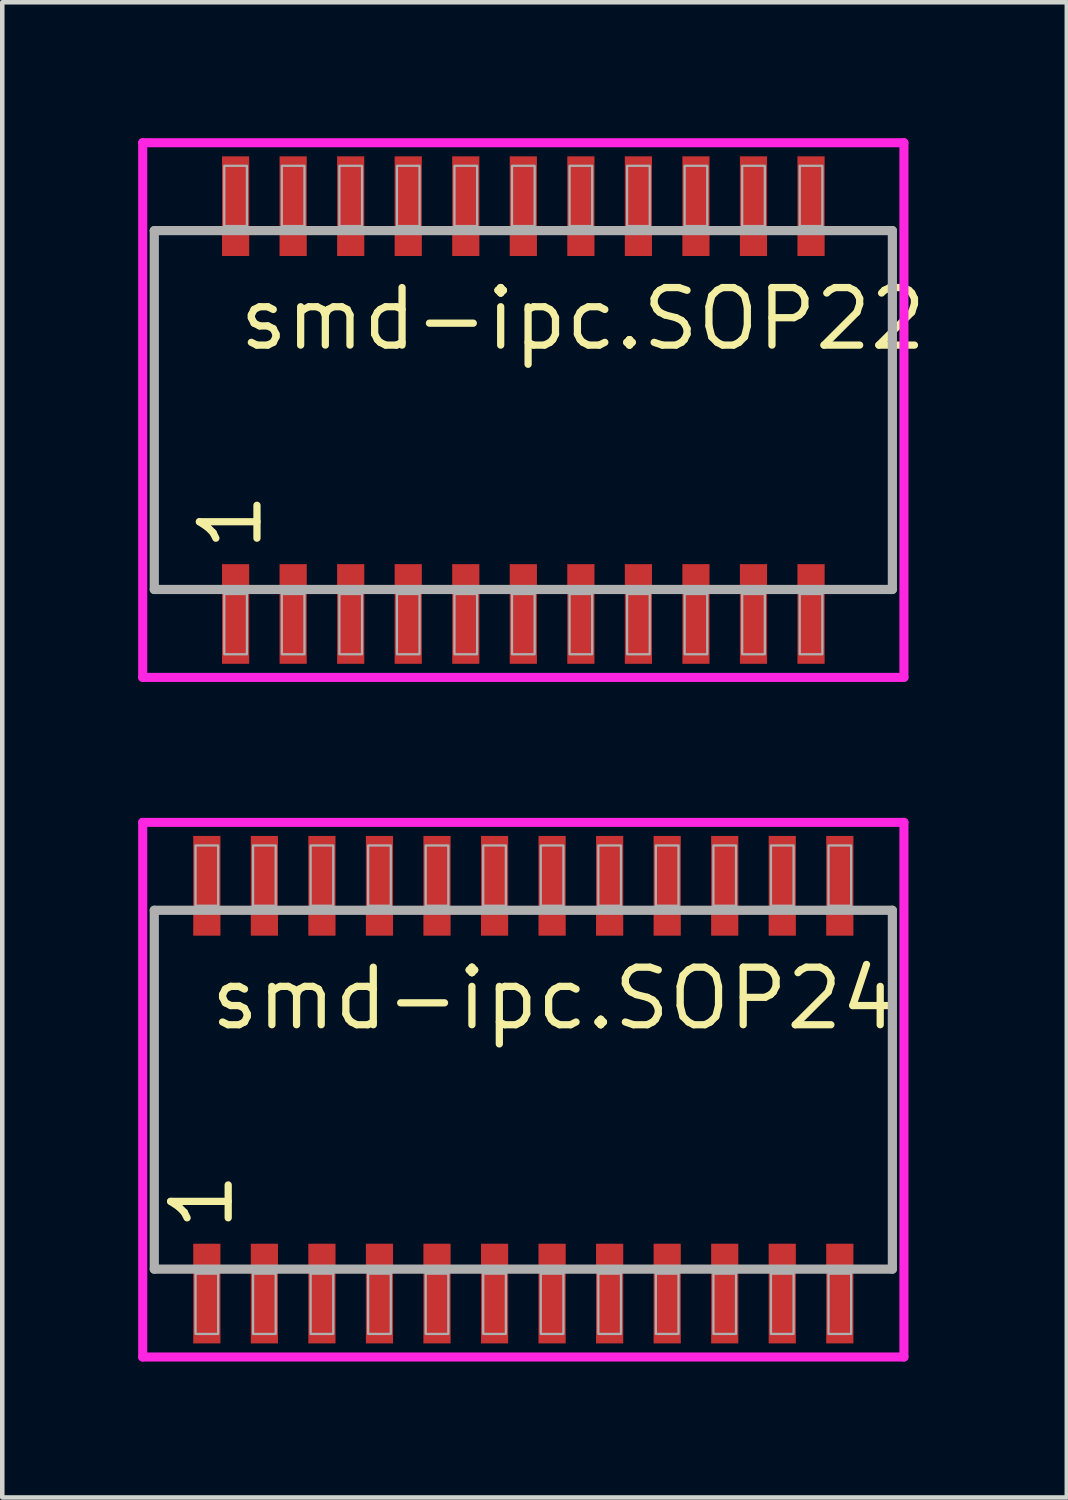
<source format=kicad_pcb>
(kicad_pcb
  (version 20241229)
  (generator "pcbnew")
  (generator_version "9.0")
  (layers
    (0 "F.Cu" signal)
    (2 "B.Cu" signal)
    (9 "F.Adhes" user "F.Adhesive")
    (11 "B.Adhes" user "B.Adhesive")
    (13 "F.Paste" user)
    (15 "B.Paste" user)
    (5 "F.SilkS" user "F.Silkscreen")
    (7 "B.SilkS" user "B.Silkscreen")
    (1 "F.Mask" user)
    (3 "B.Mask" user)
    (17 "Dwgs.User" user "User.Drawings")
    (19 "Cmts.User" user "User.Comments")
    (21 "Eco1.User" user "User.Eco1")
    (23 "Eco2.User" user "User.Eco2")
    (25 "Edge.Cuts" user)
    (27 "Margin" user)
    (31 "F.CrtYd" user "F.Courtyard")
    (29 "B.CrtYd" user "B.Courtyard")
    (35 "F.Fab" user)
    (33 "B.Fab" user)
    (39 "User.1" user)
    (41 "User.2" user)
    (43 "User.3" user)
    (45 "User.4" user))
  (footprint "smd-ipc.SOP22"
    (layer "F.Cu")
    (at 8.5 6)
    (property "Reference" "smd-ipc.SOP22" (at -6.35 -1.27 0) (layer "F.SilkS") (effects (font (size 1.27 1.27) (thickness 0.16)) (justify left bottom)))
    (attr smd)
    (fp_line (start -8.4 -5.9) (end 8.4 -5.9) (stroke (width 0.2) (type default)) (layer "F.CrtYd"))
    (fp_line (start -8.4 5.9) (end -8.4 -5.9) (stroke (width 0.2) (type default)) (layer "F.CrtYd"))
    (fp_line (start 8.4 -5.9) (end 8.4 5.9) (stroke (width 0.2) (type default)) (layer "F.CrtYd"))
    (fp_line (start 8.4 5.9) (end -8.4 5.9) (stroke (width 0.2) (type default)) (layer "F.CrtYd"))
    (fp_line (start -8.145 -3.96) (end 8.145 -3.96) (stroke (width 0.203) (type default)) (layer "F.Fab"))
    (fp_line (start -8.145 3.96) (end -8.145 -3.96) (stroke (width 0.203) (type default)) (layer "F.Fab"))
    (fp_line (start 8.145 -3.96) (end 8.145 3.96) (stroke (width 0.203) (type default)) (layer "F.Fab"))
    (fp_line (start 8.145 3.96) (end -8.145 3.96) (stroke (width 0.203) (type default)) (layer "F.Fab"))
    (fp_rect (start -6.6 -4.06) (end -6.1 -5.39) (stroke (width 0.05) (type default)) (fill no) (layer "F.Fab"))
    (fp_rect (start -6.6 5.39) (end -6.1 4.06) (stroke (width 0.05) (type default)) (fill no) (layer "F.Fab"))
    (fp_rect (start -5.33 -4.06) (end -4.83 -5.39) (stroke (width 0.05) (type default)) (fill no) (layer "F.Fab"))
    (fp_rect (start -5.33 5.39) (end -4.83 4.06) (stroke (width 0.05) (type default)) (fill no) (layer "F.Fab"))
    (fp_rect (start -4.06 -4.06) (end -3.56 -5.39) (stroke (width 0.05) (type default)) (fill no) (layer "F.Fab"))
    (fp_rect (start -4.06 5.39) (end -3.56 4.06) (stroke (width 0.05) (type default)) (fill no) (layer "F.Fab"))
    (fp_rect (start -2.79 -4.06) (end -2.29 -5.39) (stroke (width 0.05) (type default)) (fill no) (layer "F.Fab"))
    (fp_rect (start -2.79 5.39) (end -2.29 4.06) (stroke (width 0.05) (type default)) (fill no) (layer "F.Fab"))
    (fp_rect (start -1.52 -4.06) (end -1.02 -5.39) (stroke (width 0.05) (type default)) (fill no) (layer "F.Fab"))
    (fp_rect (start -1.52 5.39) (end -1.02 4.06) (stroke (width 0.05) (type default)) (fill no) (layer "F.Fab"))
    (fp_rect (start -0.25 -4.06) (end 0.25 -5.39) (stroke (width 0.05) (type default)) (fill no) (layer "F.Fab"))
    (fp_rect (start -0.25 5.39) (end 0.25 4.06) (stroke (width 0.05) (type default)) (fill no) (layer "F.Fab"))
    (fp_rect (start 1.02 -4.06) (end 1.52 -5.39) (stroke (width 0.05) (type default)) (fill no) (layer "F.Fab"))
    (fp_rect (start 1.02 5.39) (end 1.52 4.06) (stroke (width 0.05) (type default)) (fill no) (layer "F.Fab"))
    (fp_rect (start 2.29 -4.06) (end 2.79 -5.39) (stroke (width 0.05) (type default)) (fill no) (layer "F.Fab"))
    (fp_rect (start 2.29 5.39) (end 2.79 4.06) (stroke (width 0.05) (type default)) (fill no) (layer "F.Fab"))
    (fp_rect (start 3.56 -4.06) (end 4.06 -5.39) (stroke (width 0.05) (type default)) (fill no) (layer "F.Fab"))
    (fp_rect (start 3.56 5.39) (end 4.06 4.06) (stroke (width 0.05) (type default)) (fill no) (layer "F.Fab"))
    (fp_rect (start 4.83 -4.06) (end 5.33 -5.39) (stroke (width 0.05) (type default)) (fill no) (layer "F.Fab"))
    (fp_rect (start 4.83 5.39) (end 5.33 4.06) (stroke (width 0.05) (type default)) (fill no) (layer "F.Fab"))
    (fp_rect (start 6.1 -4.06) (end 6.6 -5.39) (stroke (width 0.05) (type default)) (fill no) (layer "F.Fab"))
    (fp_rect (start 6.1 5.39) (end 6.6 4.06) (stroke (width 0.05) (type default)) (fill no) (layer "F.Fab"))
    (fp_text user "1" (at -5.715 3.175 90) (layer "F.SilkS") (effects (font (size 1.27 1.27) (thickness 0.16)) (justify left bottom)))
    (pad "1" smd roundrect (at -6.35 4.5) (size 0.6 2.2) (layers "F.Cu" "F.Mask" "F.Paste") (roundrect_rratio 0.01))
    (pad "2" smd roundrect (at -5.08 4.5) (size 0.6 2.2) (layers "F.Cu" "F.Mask" "F.Paste") (roundrect_rratio 0.01))
    (pad "3" smd roundrect (at -3.81 4.5) (size 0.6 2.2) (layers "F.Cu" "F.Mask" "F.Paste") (roundrect_rratio 0.01))
    (pad "4" smd roundrect (at -2.54 4.5) (size 0.6 2.2) (layers "F.Cu" "F.Mask" "F.Paste") (roundrect_rratio 0.01))
    (pad "5" smd roundrect (at -1.27 4.5) (size 0.6 2.2) (layers "F.Cu" "F.Mask" "F.Paste") (roundrect_rratio 0.01))
    (pad "6" smd roundrect (at 0 4.5) (size 0.6 2.2) (layers "F.Cu" "F.Mask" "F.Paste") (roundrect_rratio 0.01))
    (pad "7" smd roundrect (at 1.27 4.5) (size 0.6 2.2) (layers "F.Cu" "F.Mask" "F.Paste") (roundrect_rratio 0.01))
    (pad "8" smd roundrect (at 2.54 4.5) (size 0.6 2.2) (layers "F.Cu" "F.Mask" "F.Paste") (roundrect_rratio 0.01))
    (pad "9" smd roundrect (at 3.81 4.5) (size 0.6 2.2) (layers "F.Cu" "F.Mask" "F.Paste") (roundrect_rratio 0.01))
    (pad "10" smd roundrect (at 5.08 4.5) (size 0.6 2.2) (layers "F.Cu" "F.Mask" "F.Paste") (roundrect_rratio 0.01))
    (pad "11" smd roundrect (at 6.35 4.5) (size 0.6 2.2) (layers "F.Cu" "F.Mask" "F.Paste") (roundrect_rratio 0.01))
    (pad "12" smd roundrect (at 6.35 -4.5) (size 0.6 2.2) (layers "F.Cu" "F.Mask" "F.Paste") (roundrect_rratio 0.01))
    (pad "13" smd roundrect (at 5.08 -4.5) (size 0.6 2.2) (layers "F.Cu" "F.Mask" "F.Paste") (roundrect_rratio 0.01))
    (pad "14" smd roundrect (at 3.81 -4.5) (size 0.6 2.2) (layers "F.Cu" "F.Mask" "F.Paste") (roundrect_rratio 0.01))
    (pad "15" smd roundrect (at 2.54 -4.5) (size 0.6 2.2) (layers "F.Cu" "F.Mask" "F.Paste") (roundrect_rratio 0.01))
    (pad "16" smd roundrect (at 1.27 -4.5) (size 0.6 2.2) (layers "F.Cu" "F.Mask" "F.Paste") (roundrect_rratio 0.01))
    (pad "17" smd roundrect (at 0 -4.5) (size 0.6 2.2) (layers "F.Cu" "F.Mask" "F.Paste") (roundrect_rratio 0.01))
    (pad "18" smd roundrect (at -1.27 -4.5) (size 0.6 2.2) (layers "F.Cu" "F.Mask" "F.Paste") (roundrect_rratio 0.01))
    (pad "19" smd roundrect (at -2.54 -4.5) (size 0.6 2.2) (layers "F.Cu" "F.Mask" "F.Paste") (roundrect_rratio 0.01))
    (pad "20" smd roundrect (at -3.81 -4.5) (size 0.6 2.2) (layers "F.Cu" "F.Mask" "F.Paste") (roundrect_rratio 0.01))
    (pad "21" smd roundrect (at -5.08 -4.5) (size 0.6 2.2) (layers "F.Cu" "F.Mask" "F.Paste") (roundrect_rratio 0.01))
    (pad "22" smd roundrect (at -6.35 -4.5) (size 0.6 2.2) (layers "F.Cu" "F.Mask" "F.Paste") (roundrect_rratio 0.01)))
  (footprint "smd-ipc.SOP24"
    (layer "F.Cu")
    (at 8.5 21)
    (property "Reference" "smd-ipc.SOP24" (at -6.985 -1.27 0) (layer "F.SilkS") (effects (font (size 1.27 1.27) (thickness 0.16)) (justify left bottom)))
    (attr smd)
    (fp_line (start -8.4 -5.9) (end 8.4 -5.9) (stroke (width 0.2) (type default)) (layer "F.CrtYd"))
    (fp_line (start -8.4 5.9) (end -8.4 -5.9) (stroke (width 0.2) (type default)) (layer "F.CrtYd"))
    (fp_line (start 8.4 -5.9) (end 8.4 5.9) (stroke (width 0.2) (type default)) (layer "F.CrtYd"))
    (fp_line (start 8.4 5.9) (end -8.4 5.9) (stroke (width 0.2) (type default)) (layer "F.CrtYd"))
    (fp_line (start -8.145 -3.96) (end 8.145 -3.96) (stroke (width 0.203) (type default)) (layer "F.Fab"))
    (fp_line (start -8.145 3.96) (end -8.145 -3.96) (stroke (width 0.203) (type default)) (layer "F.Fab"))
    (fp_line (start 8.145 -3.96) (end 8.145 3.96) (stroke (width 0.203) (type default)) (layer "F.Fab"))
    (fp_line (start 8.145 3.96) (end -8.145 3.96) (stroke (width 0.203) (type default)) (layer "F.Fab"))
    (fp_rect (start -7.235 -4.06) (end -6.735 -5.39) (stroke (width 0.05) (type default)) (fill no) (layer "F.Fab"))
    (fp_rect (start -7.235 5.39) (end -6.735 4.06) (stroke (width 0.05) (type default)) (fill no) (layer "F.Fab"))
    (fp_rect (start -5.965 -4.06) (end -5.465 -5.39) (stroke (width 0.05) (type default)) (fill no) (layer "F.Fab"))
    (fp_rect (start -5.965 5.39) (end -5.465 4.06) (stroke (width 0.05) (type default)) (fill no) (layer "F.Fab"))
    (fp_rect (start -4.695 -4.06) (end -4.195 -5.39) (stroke (width 0.05) (type default)) (fill no) (layer "F.Fab"))
    (fp_rect (start -4.695 5.39) (end -4.195 4.06) (stroke (width 0.05) (type default)) (fill no) (layer "F.Fab"))
    (fp_rect (start -3.425 -4.06) (end -2.925 -5.39) (stroke (width 0.05) (type default)) (fill no) (layer "F.Fab"))
    (fp_rect (start -3.425 5.39) (end -2.925 4.06) (stroke (width 0.05) (type default)) (fill no) (layer "F.Fab"))
    (fp_rect (start -2.155 -4.06) (end -1.655 -5.39) (stroke (width 0.05) (type default)) (fill no) (layer "F.Fab"))
    (fp_rect (start -2.155 5.39) (end -1.655 4.06) (stroke (width 0.05) (type default)) (fill no) (layer "F.Fab"))
    (fp_rect (start -0.885 -4.06) (end -0.385 -5.39) (stroke (width 0.05) (type default)) (fill no) (layer "F.Fab"))
    (fp_rect (start -0.885 5.39) (end -0.385 4.06) (stroke (width 0.05) (type default)) (fill no) (layer "F.Fab"))
    (fp_rect (start 0.385 -4.06) (end 0.885 -5.39) (stroke (width 0.05) (type default)) (fill no) (layer "F.Fab"))
    (fp_rect (start 0.385 5.39) (end 0.885 4.06) (stroke (width 0.05) (type default)) (fill no) (layer "F.Fab"))
    (fp_rect (start 1.655 -4.06) (end 2.155 -5.39) (stroke (width 0.05) (type default)) (fill no) (layer "F.Fab"))
    (fp_rect (start 1.655 5.39) (end 2.155 4.06) (stroke (width 0.05) (type default)) (fill no) (layer "F.Fab"))
    (fp_rect (start 2.925 -4.06) (end 3.425 -5.39) (stroke (width 0.05) (type default)) (fill no) (layer "F.Fab"))
    (fp_rect (start 2.925 5.39) (end 3.425 4.06) (stroke (width 0.05) (type default)) (fill no) (layer "F.Fab"))
    (fp_rect (start 4.195 -4.06) (end 4.695 -5.39) (stroke (width 0.05) (type default)) (fill no) (layer "F.Fab"))
    (fp_rect (start 4.195 5.39) (end 4.695 4.06) (stroke (width 0.05) (type default)) (fill no) (layer "F.Fab"))
    (fp_rect (start 5.465 -4.06) (end 5.965 -5.39) (stroke (width 0.05) (type default)) (fill no) (layer "F.Fab"))
    (fp_rect (start 5.465 5.39) (end 5.965 4.06) (stroke (width 0.05) (type default)) (fill no) (layer "F.Fab"))
    (fp_rect (start 6.735 -4.06) (end 7.235 -5.39) (stroke (width 0.05) (type default)) (fill no) (layer "F.Fab"))
    (fp_rect (start 6.735 5.39) (end 7.235 4.06) (stroke (width 0.05) (type default)) (fill no) (layer "F.Fab"))
    (fp_text user "1" (at -6.35 3.175 90) (layer "F.SilkS") (effects (font (size 1.27 1.27) (thickness 0.16)) (justify left bottom)))
    (pad "1" smd roundrect (at -6.985 4.5) (size 0.6 2.2) (layers "F.Cu" "F.Mask" "F.Paste") (roundrect_rratio 0.01))
    (pad "2" smd roundrect (at -5.715 4.5) (size 0.6 2.2) (layers "F.Cu" "F.Mask" "F.Paste") (roundrect_rratio 0.01))
    (pad "3" smd roundrect (at -4.445 4.5) (size 0.6 2.2) (layers "F.Cu" "F.Mask" "F.Paste") (roundrect_rratio 0.01))
    (pad "4" smd roundrect (at -3.175 4.5) (size 0.6 2.2) (layers "F.Cu" "F.Mask" "F.Paste") (roundrect_rratio 0.01))
    (pad "5" smd roundrect (at -1.905 4.5) (size 0.6 2.2) (layers "F.Cu" "F.Mask" "F.Paste") (roundrect_rratio 0.01))
    (pad "6" smd roundrect (at -0.635 4.5) (size 0.6 2.2) (layers "F.Cu" "F.Mask" "F.Paste") (roundrect_rratio 0.01))
    (pad "7" smd roundrect (at 0.635 4.5) (size 0.6 2.2) (layers "F.Cu" "F.Mask" "F.Paste") (roundrect_rratio 0.01))
    (pad "8" smd roundrect (at 1.905 4.5) (size 0.6 2.2) (layers "F.Cu" "F.Mask" "F.Paste") (roundrect_rratio 0.01))
    (pad "9" smd roundrect (at 3.175 4.5) (size 0.6 2.2) (layers "F.Cu" "F.Mask" "F.Paste") (roundrect_rratio 0.01))
    (pad "10" smd roundrect (at 4.445 4.5) (size 0.6 2.2) (layers "F.Cu" "F.Mask" "F.Paste") (roundrect_rratio 0.01))
    (pad "11" smd roundrect (at 5.715 4.5) (size 0.6 2.2) (layers "F.Cu" "F.Mask" "F.Paste") (roundrect_rratio 0.01))
    (pad "12" smd roundrect (at 6.985 4.5) (size 0.6 2.2) (layers "F.Cu" "F.Mask" "F.Paste") (roundrect_rratio 0.01))
    (pad "13" smd roundrect (at 6.985 -4.5) (size 0.6 2.2) (layers "F.Cu" "F.Mask" "F.Paste") (roundrect_rratio 0.01))
    (pad "14" smd roundrect (at 5.715 -4.5) (size 0.6 2.2) (layers "F.Cu" "F.Mask" "F.Paste") (roundrect_rratio 0.01))
    (pad "15" smd roundrect (at 4.445 -4.5) (size 0.6 2.2) (layers "F.Cu" "F.Mask" "F.Paste") (roundrect_rratio 0.01))
    (pad "16" smd roundrect (at 3.175 -4.5) (size 0.6 2.2) (layers "F.Cu" "F.Mask" "F.Paste") (roundrect_rratio 0.01))
    (pad "17" smd roundrect (at 1.905 -4.5) (size 0.6 2.2) (layers "F.Cu" "F.Mask" "F.Paste") (roundrect_rratio 0.01))
    (pad "18" smd roundrect (at 0.635 -4.5) (size 0.6 2.2) (layers "F.Cu" "F.Mask" "F.Paste") (roundrect_rratio 0.01))
    (pad "19" smd roundrect (at -0.635 -4.5) (size 0.6 2.2) (layers "F.Cu" "F.Mask" "F.Paste") (roundrect_rratio 0.01))
    (pad "20" smd roundrect (at -1.905 -4.5) (size 0.6 2.2) (layers "F.Cu" "F.Mask" "F.Paste") (roundrect_rratio 0.01))
    (pad "21" smd roundrect (at -3.175 -4.5) (size 0.6 2.2) (layers "F.Cu" "F.Mask" "F.Paste") (roundrect_rratio 0.01))
    (pad "22" smd roundrect (at -4.445 -4.5) (size 0.6 2.2) (layers "F.Cu" "F.Mask" "F.Paste") (roundrect_rratio 0.01))
    (pad "23" smd roundrect (at -5.715 -4.5) (size 0.6 2.2) (layers "F.Cu" "F.Mask" "F.Paste") (roundrect_rratio 0.01))
    (pad "24" smd roundrect (at -6.985 -4.5) (size 0.6 2.2) (layers "F.Cu" "F.Mask" "F.Paste") (roundrect_rratio 0.01)))
  (gr_rect
    (start -3 -3)
    (end 20.495 30)
    (stroke (width 0.1) (type default))
    (fill no)
    (layer "Edge.Cuts")))
</source>
